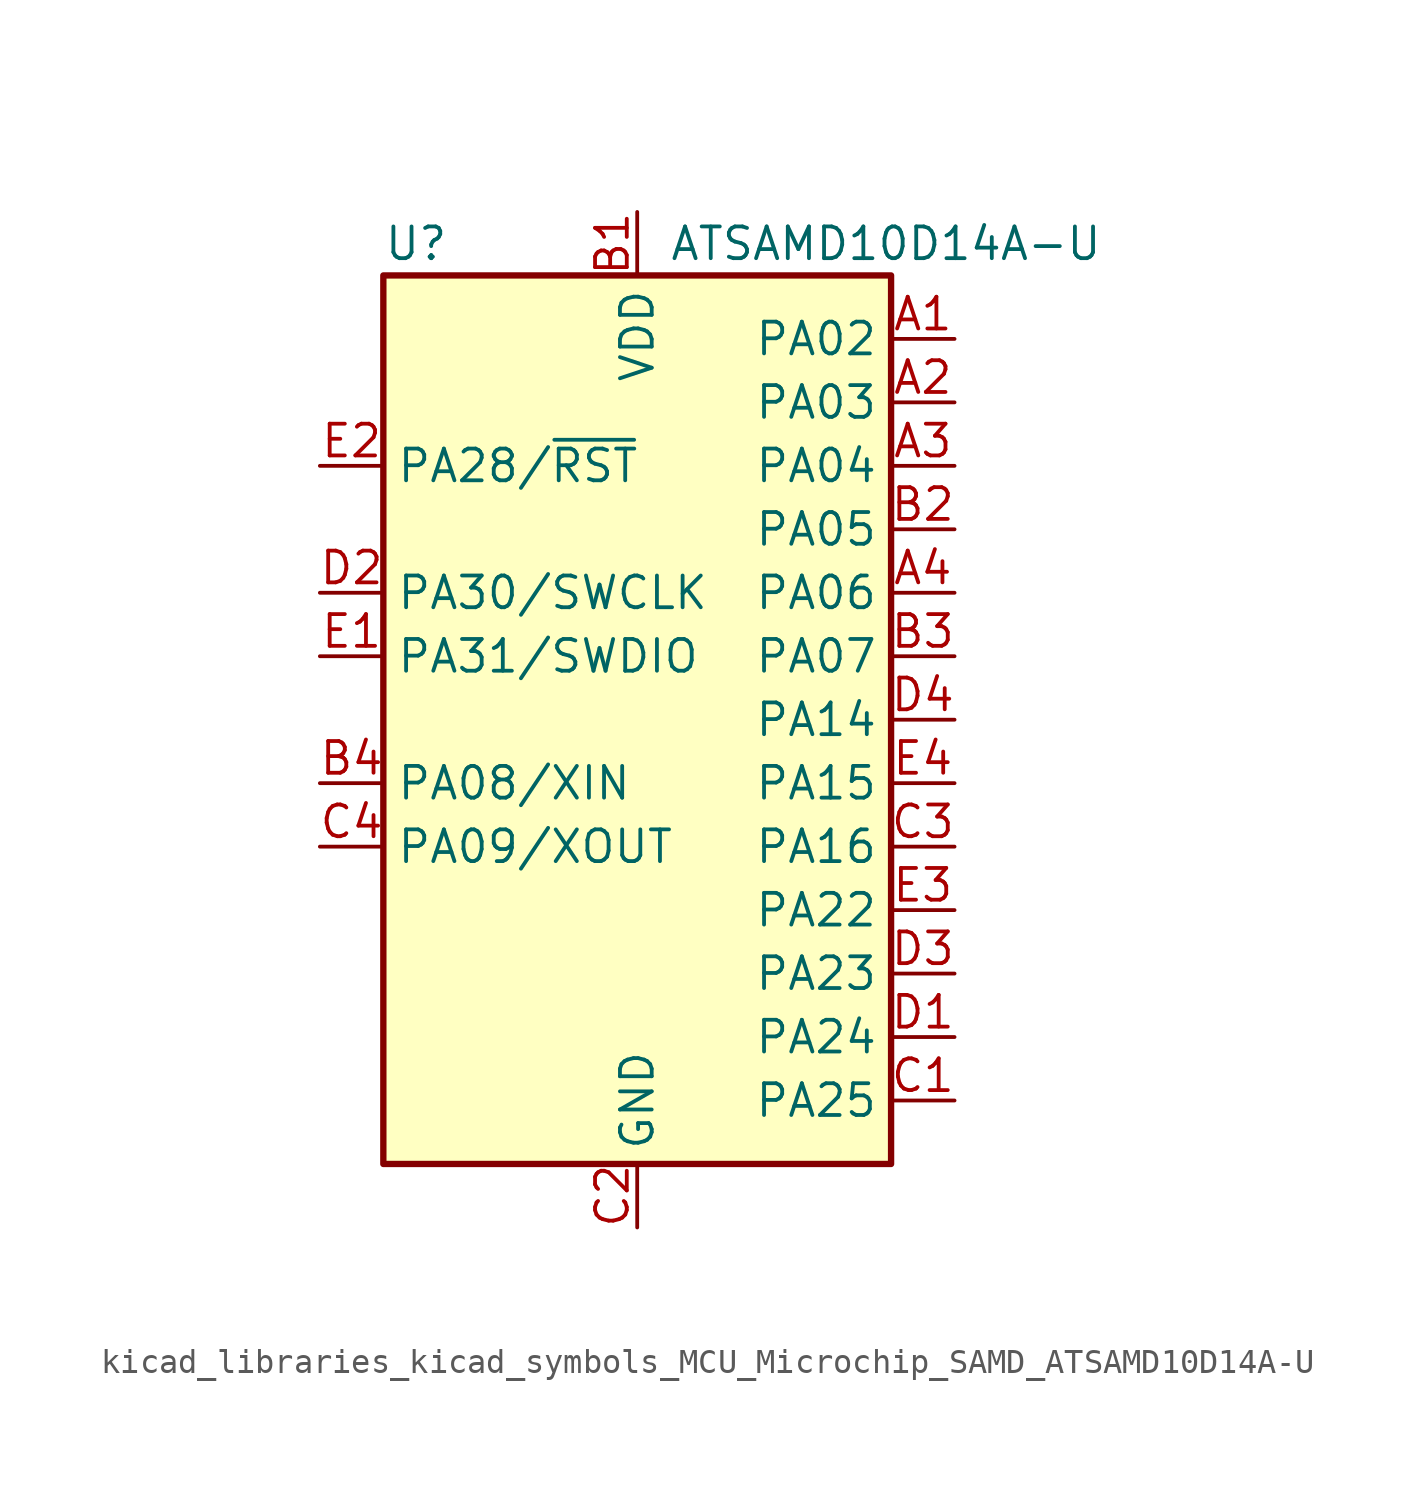
<source format=kicad_sym>
(kicad_symbol_lib
  (version 20220914)
  (generator kicad_symbol_editor)
  (symbol "kicad_libraries_kicad_symbols_MCU_Microchip_SAMD_ATSAMD10D14A-U"
    (property "Reference" "U"
      (at -10.16 19.05 0)
      (effects (font (size 1.27 1.27)) (justify left)))
    (property "Value" "ATSAMD10D14A-U"
      (at 1.27 19.05 0)
      (effects (font (size 1.27 1.27)) (justify left)))
    (symbol "kicad_libraries_kicad_symbols_MCU_Microchip_SAMD_ATSAMD10D14A-U_0_1"
      (rectangle (start -10.16 17.78) (end 10.16 -17.78) (stroke (width 0.254) (type default)) (fill (type background))))
    (symbol "kicad_libraries_kicad_symbols_MCU_Microchip_SAMD_ATSAMD10D14A-U_1_1"
      (pin bidirectional line (at 12.7 15.24 180) (length 2.54) (name "PA02" (effects (font (size 1.27 1.27)))) (number "A1" (effects (font (size 1.27 1.27)))))
      (pin bidirectional line (at 12.7 12.7 180) (length 2.54) (name "PA03" (effects (font (size 1.27 1.27)))) (number "A2" (effects (font (size 1.27 1.27)))))
      (pin bidirectional line (at 12.7 10.16 180) (length 2.54) (name "PA04" (effects (font (size 1.27 1.27)))) (number "A3" (effects (font (size 1.27 1.27)))))
      (pin bidirectional line (at 12.7 5.08 180) (length 2.54) (name "PA06" (effects (font (size 1.27 1.27)))) (number "A4" (effects (font (size 1.27 1.27)))))
      (pin power_in line (at 0 20.32 270) (length 2.54) (name "VDD" (effects (font (size 1.27 1.27)))) (number "B1" (effects (font (size 1.27 1.27)))))
      (pin bidirectional line (at 12.7 7.62 180) (length 2.54) (name "PA05" (effects (font (size 1.27 1.27)))) (number "B2" (effects (font (size 1.27 1.27)))))
      (pin bidirectional line (at 12.7 2.54 180) (length 2.54) (name "PA07" (effects (font (size 1.27 1.27)))) (number "B3" (effects (font (size 1.27 1.27)))))
      (pin bidirectional line (at -12.7 -2.54 0) (length 2.54) (name "PA08/XIN" (effects (font (size 1.27 1.27)))) (number "B4" (effects (font (size 1.27 1.27)))))
      (pin bidirectional line (at 12.7 -15.24 180) (length 2.54) (name "PA25" (effects (font (size 1.27 1.27)))) (number "C1" (effects (font (size 1.27 1.27)))))
      (pin power_in line (at 0 -20.32 90) (length 2.54) (name "GND" (effects (font (size 1.27 1.27)))) (number "C2" (effects (font (size 1.27 1.27)))))
      (pin bidirectional line (at 12.7 -5.08 180) (length 2.54) (name "PA16" (effects (font (size 1.27 1.27)))) (number "C3" (effects (font (size 1.27 1.27)))))
      (pin bidirectional line (at -12.7 -5.08 0) (length 2.54) (name "PA09/XOUT" (effects (font (size 1.27 1.27)))) (number "C4" (effects (font (size 1.27 1.27)))))
      (pin bidirectional line (at 12.7 -12.7 180) (length 2.54) (name "PA24" (effects (font (size 1.27 1.27)))) (number "D1" (effects (font (size 1.27 1.27)))))
      (pin bidirectional line (at -12.7 5.08 0) (length 2.54) (name "PA30/SWCLK" (effects (font (size 1.27 1.27)))) (number "D2" (effects (font (size 1.27 1.27)))))
      (pin bidirectional line (at 12.7 -10.16 180) (length 2.54) (name "PA23" (effects (font (size 1.27 1.27)))) (number "D3" (effects (font (size 1.27 1.27)))))
      (pin bidirectional line (at 12.7 0 180) (length 2.54) (name "PA14" (effects (font (size 1.27 1.27)))) (number "D4" (effects (font (size 1.27 1.27)))))
      (pin bidirectional line (at -12.7 2.54 0) (length 2.54) (name "PA31/SWDIO" (effects (font (size 1.27 1.27)))) (number "E1" (effects (font (size 1.27 1.27)))))
      (pin bidirectional line (at -12.7 10.16 0) (length 2.54) (name "PA28/~{RST}" (effects (font (size 1.27 1.27)))) (number "E2" (effects (font (size 1.27 1.27)))))
      (pin bidirectional line (at 12.7 -7.62 180) (length 2.54) (name "PA22" (effects (font (size 1.27 1.27)))) (number "E3" (effects (font (size 1.27 1.27)))))
      (pin bidirectional line (at 12.7 -2.54 180) (length 2.54) (name "PA15" (effects (font (size 1.27 1.27)))) (number "E4" (effects (font (size 1.27 1.27))))))))
</source>
